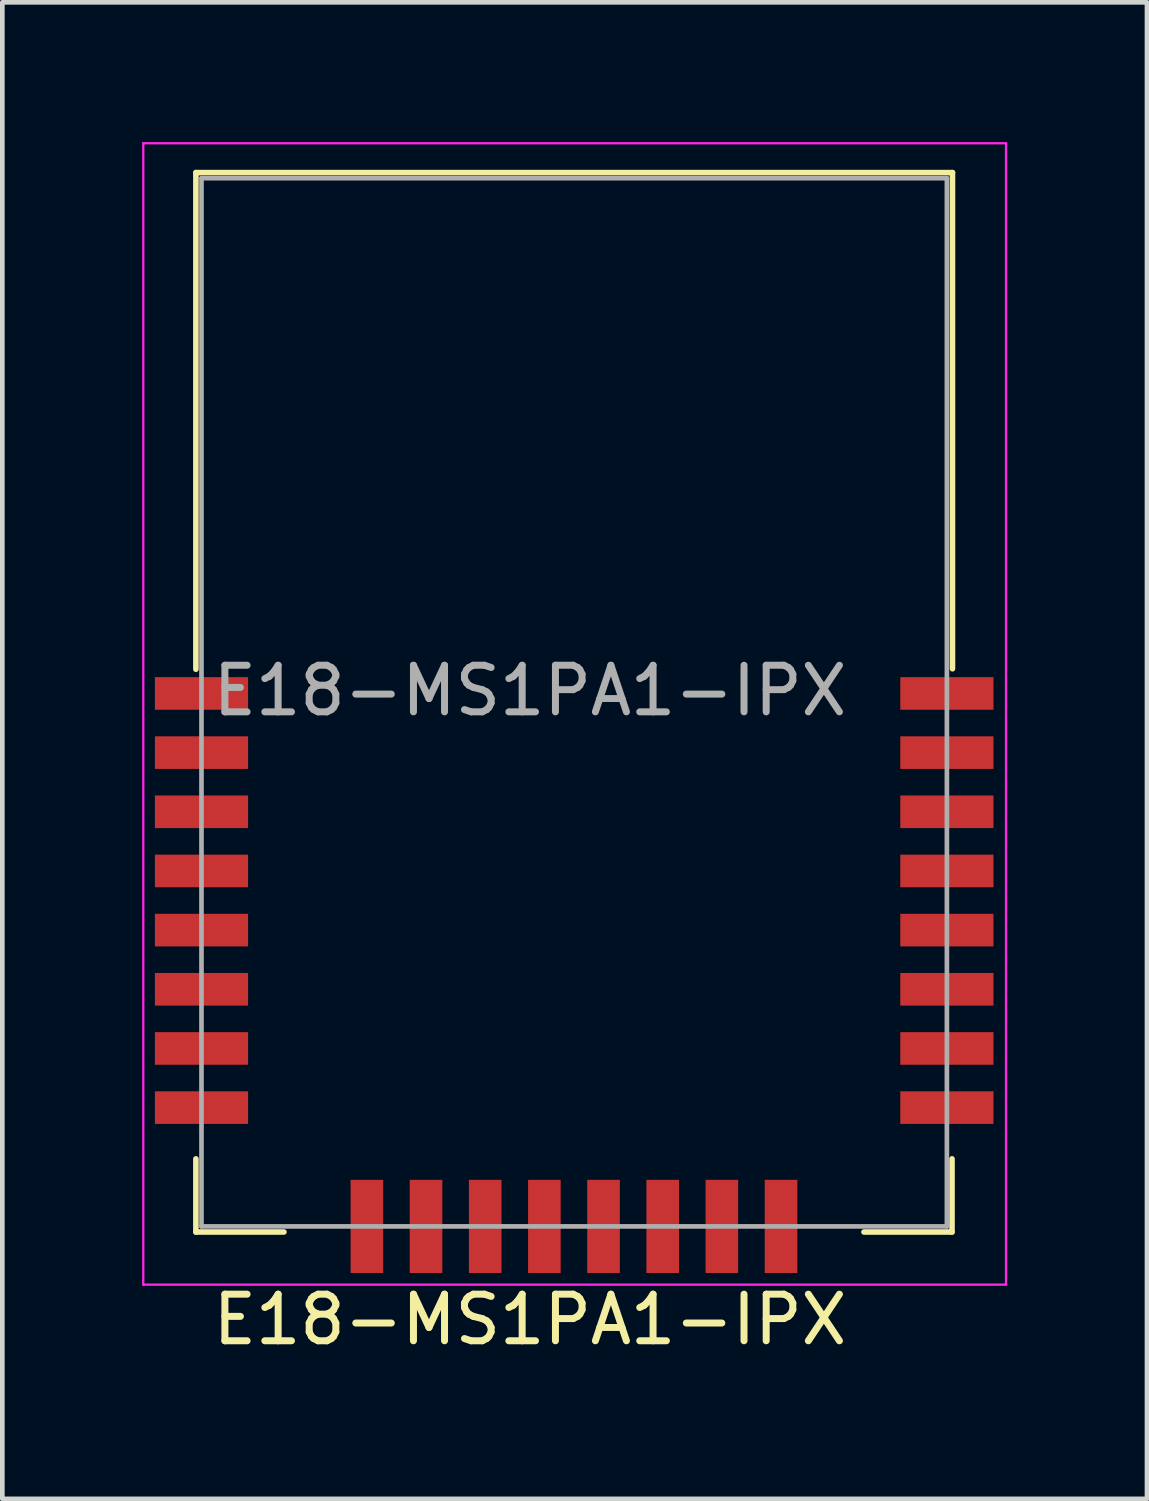
<source format=kicad_pcb>
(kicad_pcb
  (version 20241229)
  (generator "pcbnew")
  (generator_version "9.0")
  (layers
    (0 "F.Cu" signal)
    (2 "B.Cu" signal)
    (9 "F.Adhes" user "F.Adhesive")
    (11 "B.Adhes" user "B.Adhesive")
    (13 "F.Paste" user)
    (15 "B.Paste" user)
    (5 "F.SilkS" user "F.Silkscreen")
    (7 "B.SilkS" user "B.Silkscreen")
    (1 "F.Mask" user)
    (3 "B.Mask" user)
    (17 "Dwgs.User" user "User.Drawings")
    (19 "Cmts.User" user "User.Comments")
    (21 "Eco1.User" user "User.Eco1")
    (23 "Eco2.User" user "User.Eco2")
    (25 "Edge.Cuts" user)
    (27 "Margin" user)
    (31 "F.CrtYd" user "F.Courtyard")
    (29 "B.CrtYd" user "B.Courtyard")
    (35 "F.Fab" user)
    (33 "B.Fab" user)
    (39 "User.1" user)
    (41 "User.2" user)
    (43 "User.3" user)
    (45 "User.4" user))
  (footprint "E18-MS1PA1-IPX"
    (layer "F.Cu")
    (at 1.275 23.275)
    (property "Reference" "E18-MS1PA1-IPX" (at 7.05 2 180) (layer "F.SilkS") (effects (font (size 1 1) (thickness 0.15))))
    (attr smd)
    (fp_line (start -0.12 -22.62) (end -0.12 -11.96) (stroke (width 0.12) (type solid)) (layer "F.SilkS"))
    (fp_line (start -0.12 0.12) (end -0.12 -1.45) (stroke (width 0.12) (type solid)) (layer "F.SilkS"))
    (fp_line (start -0.12 0.12) (end 1.77 0.12) (stroke (width 0.12) (type solid)) (layer "F.SilkS"))
    (fp_line (start 14.22 0.12) (end 16.11 0.12) (stroke (width 0.12) (type solid)) (layer "F.SilkS"))
    (fp_line (start 16.11 0.12) (end 16.11 -1.45) (stroke (width 0.12) (type solid)) (layer "F.SilkS"))
    (fp_line (start 16.12 -22.62) (end -0.12 -22.62) (stroke (width 0.12) (type solid)) (layer "F.SilkS"))
    (fp_line (start 16.12 -11.97) (end 16.12 -22.62) (stroke (width 0.12) (type solid)) (layer "F.SilkS"))
    (fp_line (start -1.25 -23.25) (end 17.27 -23.25) (stroke (width 0.05) (type solid)) (layer "F.CrtYd"))
    (fp_line (start -1.25 1.25) (end -1.25 -23.25) (stroke (width 0.05) (type solid)) (layer "F.CrtYd"))
    (fp_line (start 17.27 -23.25) (end 17.27 1.25) (stroke (width 0.05) (type solid)) (layer "F.CrtYd"))
    (fp_line (start 17.27 1.25) (end -1.25 1.25) (stroke (width 0.05) (type solid)) (layer "F.CrtYd"))
    (fp_line (start 0 -22.5) (end 0 0) (stroke (width 0.1) (type solid)) (layer "F.Fab"))
    (fp_line (start 0 -22.5) (end 16 -22.5) (stroke (width 0.1) (type solid)) (layer "F.Fab"))
    (fp_line (start 16 -22.5) (end 16 0) (stroke (width 0.1) (type solid)) (layer "F.Fab"))
    (fp_line (start 16 0) (end 0 0) (stroke (width 0.1) (type solid)) (layer "F.Fab"))
    (fp_text user "${REFERENCE}" (at 7.05 -11.5 180) (layer "F.Fab") (effects (font (size 1 1) (thickness 0.15))))
    (pad "1" smd rect (at 0 -11.44 270) (size 0.7 2) (layers "F.Cu" "F.Mask" "F.Paste"))
    (pad "2" smd rect (at 0 -10.17 270) (size 0.7 2) (layers "F.Cu" "F.Mask" "F.Paste"))
    (pad "3" smd rect (at 0 -8.9 270) (size 0.7 2) (layers "F.Cu" "F.Mask" "F.Paste"))
    (pad "4" smd rect (at 0 -7.63 270) (size 0.7 2) (layers "F.Cu" "F.Mask" "F.Paste"))
    (pad "5" smd rect (at 0 -6.36 270) (size 0.7 2) (layers "F.Cu" "F.Mask" "F.Paste"))
    (pad "6" smd rect (at 0 -5.09 270) (size 0.7 2) (layers "F.Cu" "F.Mask" "F.Paste"))
    (pad "7" smd rect (at 0 -3.82 270) (size 0.7 2) (layers "F.Cu" "F.Mask" "F.Paste"))
    (pad "8" smd rect (at 0 -2.55 270) (size 0.7 2) (layers "F.Cu" "F.Mask" "F.Paste"))
    (pad "9" smd rect (at 3.55 0 180) (size 0.7 2) (layers "F.Cu" "F.Mask" "F.Paste"))
    (pad "10" smd rect (at 4.82 0 180) (size 0.7 2) (layers "F.Cu" "F.Mask" "F.Paste"))
    (pad "11" smd rect (at 6.09 0 180) (size 0.7 2) (layers "F.Cu" "F.Mask" "F.Paste"))
    (pad "12" smd rect (at 7.36 0 180) (size 0.7 2) (layers "F.Cu" "F.Mask" "F.Paste"))
    (pad "13" smd rect (at 8.63 0 180) (size 0.7 2) (layers "F.Cu" "F.Mask" "F.Paste"))
    (pad "14" smd rect (at 9.9 0 180) (size 0.7 2) (layers "F.Cu" "F.Mask" "F.Paste"))
    (pad "15" smd rect (at 11.17 0 180) (size 0.7 2) (layers "F.Cu" "F.Mask" "F.Paste"))
    (pad "16" smd rect (at 12.44 0 180) (size 0.7 2) (layers "F.Cu" "F.Mask" "F.Paste"))
    (pad "17" smd rect (at 16 -2.55 90) (size 0.7 2) (layers "F.Cu" "F.Mask" "F.Paste"))
    (pad "18" smd rect (at 16 -3.82 90) (size 0.7 2) (layers "F.Cu" "F.Mask" "F.Paste"))
    (pad "19" smd rect (at 16 -5.09 90) (size 0.7 2) (layers "F.Cu" "F.Mask" "F.Paste"))
    (pad "20" smd rect (at 16 -6.36 90) (size 0.7 2) (layers "F.Cu" "F.Mask" "F.Paste"))
    (pad "21" smd rect (at 16 -7.63 90) (size 0.7 2) (layers "F.Cu" "F.Mask" "F.Paste"))
    (pad "22" smd rect (at 16 -8.9 90) (size 0.7 2) (layers "F.Cu" "F.Mask" "F.Paste"))
    (pad "23" smd rect (at 16 -10.17 90) (size 0.7 2) (layers "F.Cu" "F.Mask" "F.Paste"))
    (pad "24" smd rect (at 16 -11.44 90) (size 0.7 2) (layers "F.Cu" "F.Mask" "F.Paste")))
  (gr_rect
    (start -3 -3)
    (end 21.57 29.123)
    (stroke (width 0.1) (type default))
    (fill no)
    (layer "Edge.Cuts")))
</source>
